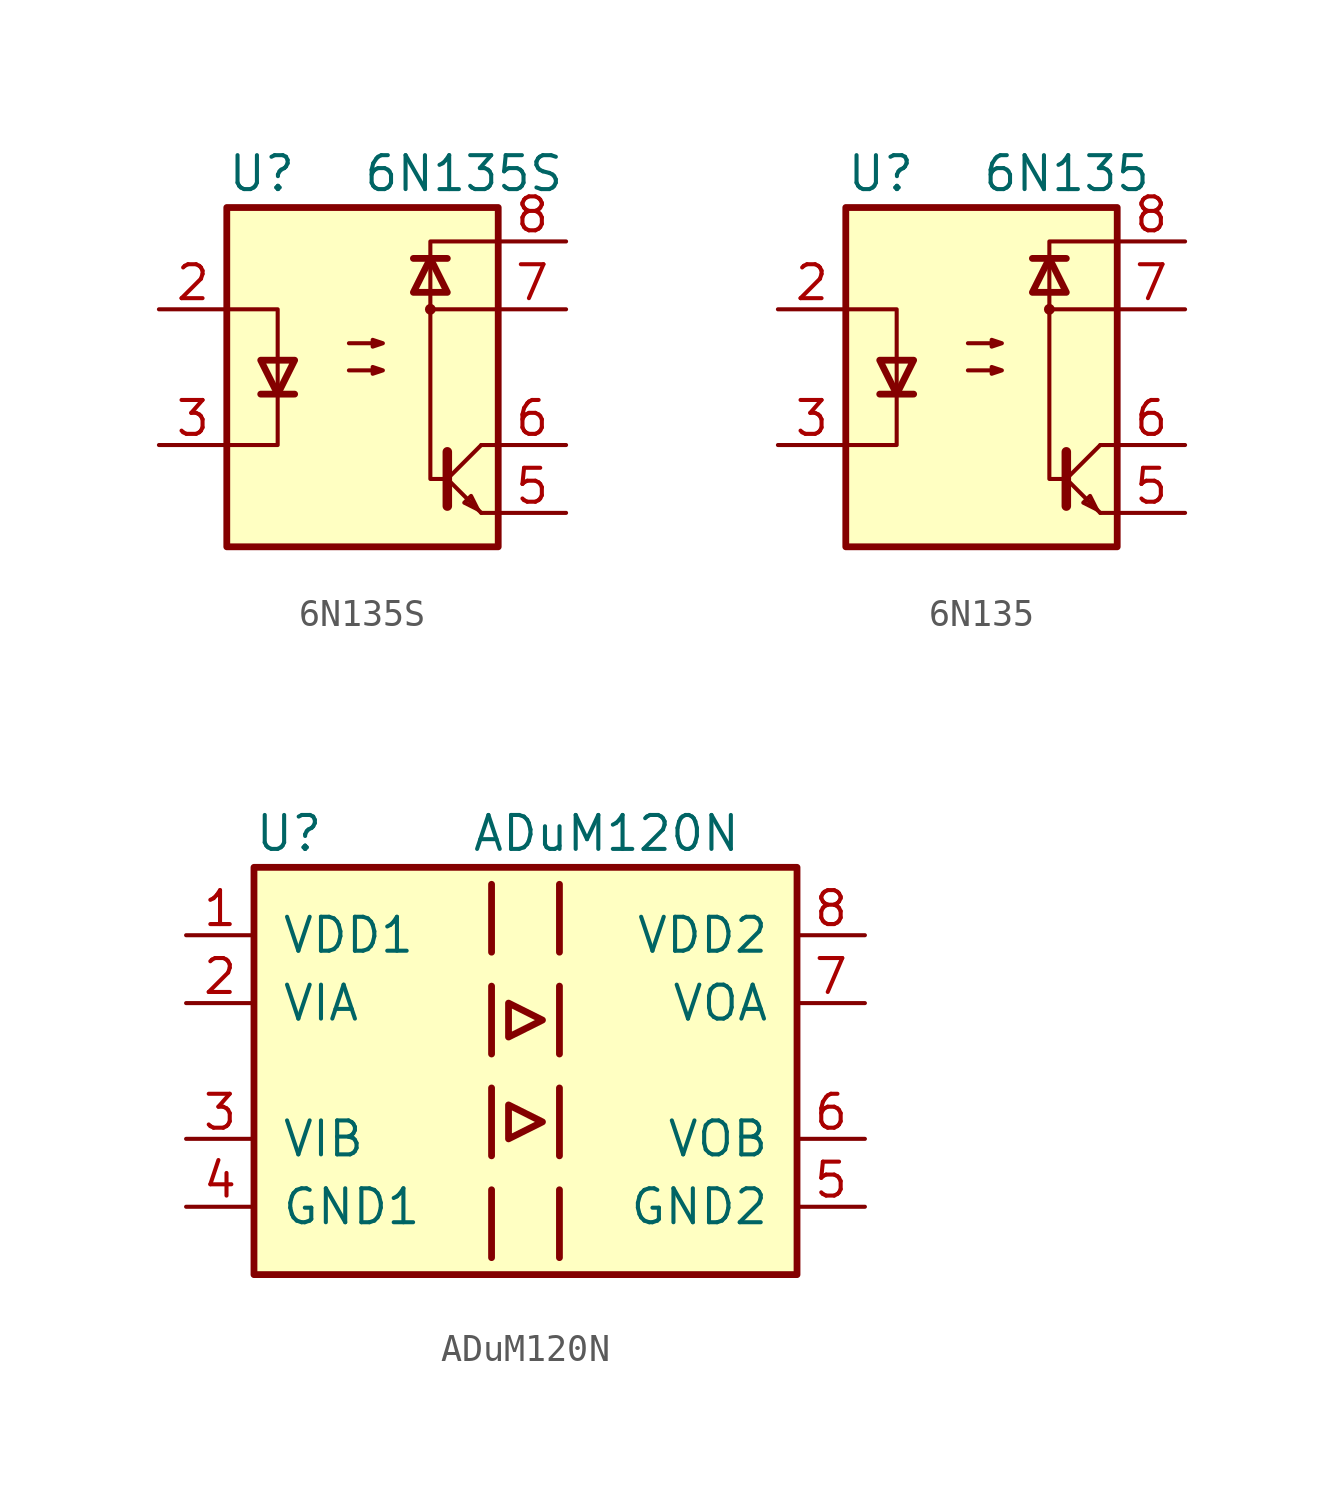
<source format=kicad_sym>
(kicad_symbol_lib
  (version 20201005)
  (generator kicad_symbol_editor)
  (symbol "6N135S"
    (pin_names
      (offset 1.016))
    (property "Reference" "U"
      (at -5.08 7.62 0)
      (effects (font (size 1.27 1.27)) (justify left)))
    (property "Value" "6N135S"
      (at 0 7.62 0)
      (effects (font (size 1.27 1.27)) (justify left)))
    (symbol "6N135S_0_1"
      (circle (center 2.54 2.54) (radius 0.127) (stroke (width 0)) (fill (type none)))
      (rectangle (start -5.08 6.35) (end 5.08 -6.35) (stroke (width 0.254)) (fill (type background)))
      (polyline (pts (xy -3.81 -0.635) (xy -2.54 -0.635)) (stroke (width 0.254)) (fill (type none)))
      (polyline (pts (xy 1.905 4.445) (xy 3.175 4.445)) (stroke (width 0.254)) (fill (type none)))
      (polyline (pts (xy 3.175 -2.794) (xy 3.175 -4.826)) (stroke (width 0.356)) (fill (type none)))
      (polyline (pts (xy 3.302 -3.937) (xy 4.445 -5.08)) (stroke (width 0)) (fill (type none)))
      (polyline (pts (xy 3.302 -3.683) (xy 4.445 -2.54)) (stroke (width 0)) (fill (type none)))
      (polyline (pts (xy 5.08 -5.08) (xy 4.445 -5.08)) (stroke (width 0)) (fill (type none)))
      (polyline (pts (xy 5.08 -2.54) (xy 4.445 -2.54)) (stroke (width 0)) (fill (type none)))
      (polyline (pts (xy 5.08 2.54) (xy 2.54 2.54)) (stroke (width 0)) (fill (type none)))
      (polyline (pts (xy -5.08 2.54) (xy -3.175 2.54) (xy -3.175 -2.54) (xy -5.08 -2.54)) (stroke (width 0)) (fill (type none)))
      (polyline (pts (xy -3.175 -0.635) (xy -3.81 0.635) (xy -2.54 0.635) (xy -3.175 -0.635)) (stroke (width 0.254)) (fill (type none)))
      (polyline (pts (xy 2.54 4.445) (xy 1.905 3.175) (xy 3.175 3.175) (xy 2.54 4.445)) (stroke (width 0.254)) (fill (type none)))
      (polyline (pts (xy 4.318 -4.953) (xy 4.064 -4.445) (xy 3.81 -4.699) (xy 4.318 -4.953)) (stroke (width 0)) (fill (type none)))
      (polyline (pts (xy 5.08 5.08) (xy 2.54 5.08) (xy 2.54 -3.81) (xy 3.175 -3.81)) (stroke (width 0)) (fill (type none)))
      (polyline (pts (xy -0.508 0.254) (xy 0.762 0.254) (xy 0.381 0.127) (xy 0.381 0.381) (xy 0.762 0.254)) (stroke (width 0)) (fill (type none)))
      (polyline (pts (xy -0.508 1.27) (xy 0.762 1.27) (xy 0.381 1.143) (xy 0.381 1.397) (xy 0.762 1.27)) (stroke (width 0)) (fill (type none))))
    (symbol "6N135S_1_1"
      (pin no_connect line (at -5.08 5.08 0) (length 2.54) hide (name "NC" (effects (font (size 1.27 1.27)))) (number "1" (effects (font (size 1.27 1.27)))))
      (pin passive line (at -7.62 2.54 0) (length 2.54) (name "~" (effects (font (size 1.27 1.27)))) (number "2" (effects (font (size 1.27 1.27)))))
      (pin passive line (at -7.62 -2.54 0) (length 2.54) (name "~" (effects (font (size 1.27 1.27)))) (number "3" (effects (font (size 1.27 1.27)))))
      (pin no_connect line (at -5.08 -5.08 0) (length 2.54) hide (name "NC" (effects (font (size 1.27 1.27)))) (number "4" (effects (font (size 1.27 1.27)))))
      (pin passive line (at 7.62 -5.08 180) (length 2.54) (name "~" (effects (font (size 1.27 1.27)))) (number "5" (effects (font (size 1.27 1.27)))))
      (pin passive line (at 7.62 -2.54 180) (length 2.54) (name "~" (effects (font (size 1.27 1.27)))) (number "6" (effects (font (size 1.27 1.27)))))
      (pin passive line (at 7.62 2.54 180) (length 2.54) (name "~" (effects (font (size 1.27 1.27)))) (number "7" (effects (font (size 1.27 1.27)))))
      (pin passive line (at 7.62 5.08 180) (length 2.54) (name "~" (effects (font (size 1.27 1.27)))) (number "8" (effects (font (size 1.27 1.27)))))))
  (symbol "6N135"
    (pin_names
      (offset 1.016))
    (property "Reference" "U"
      (at -5.08 7.62 0)
      (effects (font (size 1.27 1.27)) (justify left)))
    (property "Value" "6N135"
      (at 0 7.62 0)
      (effects (font (size 1.27 1.27)) (justify left)))
    (symbol "6N135_0_1"
      (circle (center 2.54 2.54) (radius 0.127) (stroke (width 0)) (fill (type none)))
      (rectangle (start -5.08 6.35) (end 5.08 -6.35) (stroke (width 0.254)) (fill (type background)))
      (polyline (pts (xy -3.81 -0.635) (xy -2.54 -0.635)) (stroke (width 0.254)) (fill (type none)))
      (polyline (pts (xy 1.905 4.445) (xy 3.175 4.445)) (stroke (width 0.254)) (fill (type none)))
      (polyline (pts (xy 3.175 -2.794) (xy 3.175 -4.826)) (stroke (width 0.356)) (fill (type none)))
      (polyline (pts (xy 3.302 -3.937) (xy 4.445 -5.08)) (stroke (width 0)) (fill (type none)))
      (polyline (pts (xy 3.302 -3.683) (xy 4.445 -2.54)) (stroke (width 0)) (fill (type none)))
      (polyline (pts (xy 5.08 -5.08) (xy 4.445 -5.08)) (stroke (width 0)) (fill (type none)))
      (polyline (pts (xy 5.08 -2.54) (xy 4.445 -2.54)) (stroke (width 0)) (fill (type none)))
      (polyline (pts (xy 5.08 2.54) (xy 2.54 2.54)) (stroke (width 0)) (fill (type none)))
      (polyline (pts (xy -5.08 2.54) (xy -3.175 2.54) (xy -3.175 -2.54) (xy -5.08 -2.54)) (stroke (width 0)) (fill (type none)))
      (polyline (pts (xy -3.175 -0.635) (xy -3.81 0.635) (xy -2.54 0.635) (xy -3.175 -0.635)) (stroke (width 0.254)) (fill (type none)))
      (polyline (pts (xy 2.54 4.445) (xy 1.905 3.175) (xy 3.175 3.175) (xy 2.54 4.445)) (stroke (width 0.254)) (fill (type none)))
      (polyline (pts (xy 4.318 -4.953) (xy 4.064 -4.445) (xy 3.81 -4.699) (xy 4.318 -4.953)) (stroke (width 0)) (fill (type none)))
      (polyline (pts (xy 5.08 5.08) (xy 2.54 5.08) (xy 2.54 -3.81) (xy 3.175 -3.81)) (stroke (width 0)) (fill (type none)))
      (polyline (pts (xy -0.508 0.254) (xy 0.762 0.254) (xy 0.381 0.127) (xy 0.381 0.381) (xy 0.762 0.254)) (stroke (width 0)) (fill (type none)))
      (polyline (pts (xy -0.508 1.27) (xy 0.762 1.27) (xy 0.381 1.143) (xy 0.381 1.397) (xy 0.762 1.27)) (stroke (width 0)) (fill (type none))))
    (symbol "6N135_1_1"
      (pin no_connect line (at -5.08 5.08 0) (length 2.54) hide (name "NC" (effects (font (size 1.27 1.27)))) (number "1" (effects (font (size 1.27 1.27)))))
      (pin passive line (at -7.62 2.54 0) (length 2.54) (name "~" (effects (font (size 1.27 1.27)))) (number "2" (effects (font (size 1.27 1.27)))))
      (pin passive line (at -7.62 -2.54 0) (length 2.54) (name "~" (effects (font (size 1.27 1.27)))) (number "3" (effects (font (size 1.27 1.27)))))
      (pin no_connect line (at -5.08 -5.08 0) (length 2.54) hide (name "NC" (effects (font (size 1.27 1.27)))) (number "4" (effects (font (size 1.27 1.27)))))
      (pin passive line (at 7.62 -5.08 180) (length 2.54) (name "~" (effects (font (size 1.27 1.27)))) (number "5" (effects (font (size 1.27 1.27)))))
      (pin passive line (at 7.62 -2.54 180) (length 2.54) (name "~" (effects (font (size 1.27 1.27)))) (number "6" (effects (font (size 1.27 1.27)))))
      (pin passive line (at 7.62 2.54 180) (length 2.54) (name "~" (effects (font (size 1.27 1.27)))) (number "7" (effects (font (size 1.27 1.27)))))
      (pin passive line (at 7.62 5.08 180) (length 2.54) (name "~" (effects (font (size 1.27 1.27)))) (number "8" (effects (font (size 1.27 1.27)))))))
  (symbol "ADuM120N"
    (pin_names
      (offset 1.016))
    (property "Reference" "U"
      (at -10.16 8.89 0)
      (effects (font (size 1.27 1.27)) (justify left)))
    (property "Value" "ADuM120N"
      (at -2.032 8.89 0)
      (effects (font (size 1.27 1.27)) (justify left)))
    (symbol "ADuM120N_0_1"
      (rectangle (start -10.16 7.62) (end 10.16 -7.62) (stroke (width 0.254)) (fill (type background)))
      (polyline (pts (xy -1.27 -4.445) (xy -1.27 -6.985)) (stroke (width 0.254)) (fill (type none)))
      (polyline (pts (xy -1.27 -0.635) (xy -1.27 -3.175)) (stroke (width 0.254)) (fill (type none)))
      (polyline (pts (xy -1.27 3.175) (xy -1.27 0.635)) (stroke (width 0.254)) (fill (type none)))
      (polyline (pts (xy -1.27 6.985) (xy -1.27 4.445)) (stroke (width 0.254)) (fill (type none)))
      (polyline (pts (xy 1.27 -4.445) (xy 1.27 -6.985)) (stroke (width 0.254)) (fill (type none)))
      (polyline (pts (xy 1.27 -0.635) (xy 1.27 -3.175)) (stroke (width 0.254)) (fill (type none)))
      (polyline (pts (xy 1.27 3.175) (xy 1.27 0.635)) (stroke (width 0.254)) (fill (type none)))
      (polyline (pts (xy 1.27 6.985) (xy 1.27 4.445)) (stroke (width 0.254)) (fill (type none)))
      (polyline (pts (xy -0.635 -1.27) (xy -0.635 -2.54) (xy 0.635 -1.905) (xy -0.635 -1.27)) (stroke (width 0.254)) (fill (type none)))
      (polyline (pts (xy -0.635 1.27) (xy 0.635 1.905) (xy -0.635 2.54) (xy -0.635 1.27)) (stroke (width 0.254)) (fill (type none))))
    (symbol "ADuM120N_1_1"
      (pin power_in line (at -12.7 5.08 0) (length 2.54) (name "VDD1" (effects (font (size 1.27 1.27)))) (number "1" (effects (font (size 1.27 1.27)))))
      (pin input line (at -12.7 2.54 0) (length 2.54) (name "VIA" (effects (font (size 1.27 1.27)))) (number "2" (effects (font (size 1.27 1.27)))))
      (pin input line (at -12.7 -2.54 0) (length 2.54) (name "VIB" (effects (font (size 1.27 1.27)))) (number "3" (effects (font (size 1.27 1.27)))))
      (pin power_in line (at -12.7 -5.08 0) (length 2.54) (name "GND1" (effects (font (size 1.27 1.27)))) (number "4" (effects (font (size 1.27 1.27)))))
      (pin power_in line (at 12.7 -5.08 180) (length 2.54) (name "GND2" (effects (font (size 1.27 1.27)))) (number "5" (effects (font (size 1.27 1.27)))))
      (pin output line (at 12.7 -2.54 180) (length 2.54) (name "VOB" (effects (font (size 1.27 1.27)))) (number "6" (effects (font (size 1.27 1.27)))))
      (pin output line (at 12.7 2.54 180) (length 2.54) (name "VOA" (effects (font (size 1.27 1.27)))) (number "7" (effects (font (size 1.27 1.27)))))
      (pin power_in line (at 12.7 5.08 180) (length 2.54) (name "VDD2" (effects (font (size 1.27 1.27)))) (number "8" (effects (font (size 1.27 1.27))))))))
</source>
